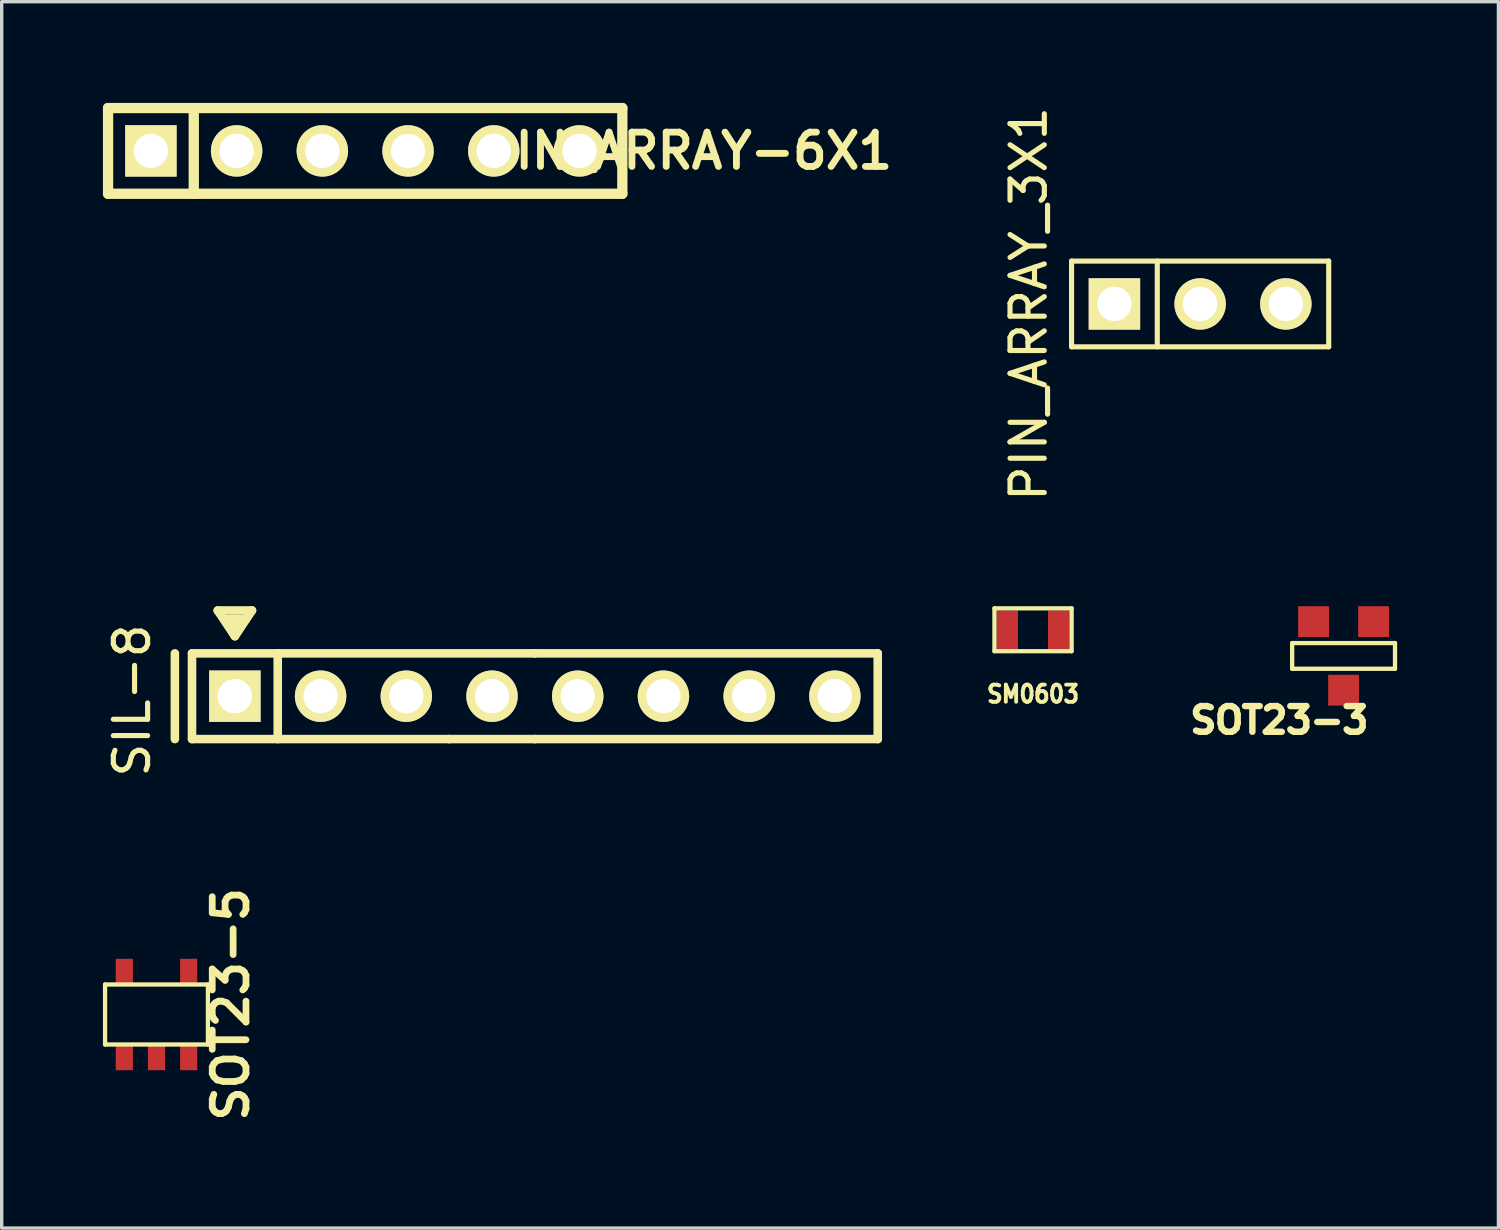
<source format=kicad_pcb>
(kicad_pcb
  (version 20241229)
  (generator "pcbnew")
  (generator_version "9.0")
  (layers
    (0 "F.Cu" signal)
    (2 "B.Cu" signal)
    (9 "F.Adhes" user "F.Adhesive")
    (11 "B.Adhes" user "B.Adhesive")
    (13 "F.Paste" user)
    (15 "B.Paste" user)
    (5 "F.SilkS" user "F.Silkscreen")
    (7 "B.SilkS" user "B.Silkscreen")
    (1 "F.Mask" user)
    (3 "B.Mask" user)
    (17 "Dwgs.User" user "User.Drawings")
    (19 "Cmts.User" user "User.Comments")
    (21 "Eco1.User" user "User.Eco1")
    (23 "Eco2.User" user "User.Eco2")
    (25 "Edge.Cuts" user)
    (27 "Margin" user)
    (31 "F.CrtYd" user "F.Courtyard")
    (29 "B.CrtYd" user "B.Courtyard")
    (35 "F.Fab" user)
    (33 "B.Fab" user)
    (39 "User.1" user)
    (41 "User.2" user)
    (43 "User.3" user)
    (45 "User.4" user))
  (footprint "PIN_ARRAY-6X1"
    (placed yes)
    (layer "F.Cu")
    (at 7.772 1.422)
    (property "Reference" "PIN_ARRAY-6X1" (at 9.525 0 0) (layer "F.SilkS") (effects (font (size 1.016 1.016) (thickness 0.203))))
    (attr through_hole)
    (fp_line (start -7.62 -1.27) (end 7.62 -1.27) (stroke (width 0.305) (type solid)) (layer "F.SilkS"))
    (fp_line (start -7.62 1.27) (end -7.62 -1.27) (stroke (width 0.305) (type solid)) (layer "F.SilkS"))
    (fp_line (start -5.08 1.27) (end -5.08 -1.27) (stroke (width 0.305) (type solid)) (layer "F.SilkS"))
    (fp_line (start 7.62 -1.27) (end 7.62 1.27) (stroke (width 0.305) (type solid)) (layer "F.SilkS"))
    (fp_line (start 7.62 1.27) (end -7.62 1.27) (stroke (width 0.305) (type solid)) (layer "F.SilkS"))
    (pad "1" thru_hole rect (at -6.35 0) (size 1.524 1.524) (drill 1.016) (layers "*.Cu" "*.Mask" "F.SilkS"))
    (pad "2" thru_hole circle (at -3.81 0) (size 1.524 1.524) (drill 1.016) (layers "*.Cu" "*.Mask" "F.SilkS"))
    (pad "3" thru_hole circle (at -1.27 0) (size 1.524 1.524) (drill 1.016) (layers "*.Cu" "*.Mask" "F.SilkS"))
    (pad "4" thru_hole circle (at 1.27 0) (size 1.524 1.524) (drill 1.016) (layers "*.Cu" "*.Mask" "F.SilkS"))
    (pad "5" thru_hole circle (at 3.81 0) (size 1.524 1.524) (drill 1.016) (layers "*.Cu" "*.Mask" "F.SilkS"))
    (pad "6" thru_hole circle (at 6.35 0) (size 1.524 1.524) (drill 1.016) (layers "*.Cu" "*.Mask" "F.SilkS")))
  (footprint "PIN_ARRAY_3X1"
    (placed yes)
    (layer "F.Cu")
    (at 32.514 5.957)
    (property "Reference" "PIN_ARRAY_3X1" (at -5.08 0 90) (layer "F.SilkS") (effects (font (size 1.016 1.016) (thickness 0.152))))
    (attr through_hole)
    (fp_line (start -3.81 -1.27) (end 3.81 -1.27) (stroke (width 0.152) (type solid)) (layer "F.SilkS"))
    (fp_line (start -3.81 1.27) (end -3.81 -1.27) (stroke (width 0.152) (type solid)) (layer "F.SilkS"))
    (fp_line (start -1.27 -1.27) (end -1.27 1.27) (stroke (width 0.152) (type solid)) (layer "F.SilkS"))
    (fp_line (start 3.81 -1.27) (end 3.81 1.27) (stroke (width 0.152) (type solid)) (layer "F.SilkS"))
    (fp_line (start 3.81 1.27) (end -3.81 1.27) (stroke (width 0.152) (type solid)) (layer "F.SilkS"))
    (pad "1" thru_hole rect (at -2.54 0) (size 1.524 1.524) (drill 1.016) (layers "*.Cu" "*.Mask" "F.SilkS"))
    (pad "2" thru_hole circle (at 0 0) (size 1.524 1.524) (drill 1.016) (layers "*.Cu" "*.Mask" "F.SilkS"))
    (pad "3" thru_hole circle (at 2.54 0) (size 1.524 1.524) (drill 1.016) (layers "*.Cu" "*.Mask" "F.SilkS")))
  (footprint "SM0603"
    (placed yes)
    (layer "F.Cu")
    (at 27.562 15.612)
    (property "Reference" "SM0603" (at 0 1.905 0) (layer "F.SilkS") (effects (font (size 0.508 0.457) (thickness 0.114))))
    (attr smd)
    (fp_line (start -1.143 -0.635) (end 1.143 -0.635) (stroke (width 0.127) (type solid)) (layer "F.SilkS"))
    (fp_line (start -1.143 0.635) (end -1.143 -0.635) (stroke (width 0.127) (type solid)) (layer "F.SilkS"))
    (fp_line (start 1.143 -0.635) (end 1.143 0.635) (stroke (width 0.127) (type solid)) (layer "F.SilkS"))
    (fp_line (start 1.143 0.635) (end -1.143 0.635) (stroke (width 0.127) (type solid)) (layer "F.SilkS"))
    (pad "1" smd rect (at -0.762 0) (size 0.635 1.143) (layers "F.Cu" "F.Mask" "F.Paste"))
    (pad "2" smd rect (at 0.762 0) (size 0.635 1.143) (layers "F.Cu" "F.Mask" "F.Paste")))
  (footprint "SOT23-5"
    (placed yes)
    (layer "F.Cu")
    (at 1.587 27.013)
    (property "Reference" "SOT23-5" (at 2.2 -0.3 90) (layer "F.SilkS") (effects (font (size 1 1) (thickness 0.2))))
    (attr smd)
    (fp_line (start -1.524 -0.889) (end 1.524 -0.889) (stroke (width 0.127) (type solid)) (layer "F.SilkS"))
    (fp_line (start -1.524 0.889) (end -1.524 -0.889) (stroke (width 0.127) (type solid)) (layer "F.SilkS"))
    (fp_line (start 1.524 -0.889) (end 1.524 0.889) (stroke (width 0.127) (type solid)) (layer "F.SilkS"))
    (fp_line (start 1.524 0.889) (end -1.524 0.889) (stroke (width 0.127) (type solid)) (layer "F.SilkS"))
    (pad "1" smd rect (at -0.953 1.27) (size 0.508 0.762) (layers "F.Cu" "F.Mask" "F.Paste"))
    (pad "2" smd rect (at 0 1.27) (size 0.508 0.762) (layers "F.Cu" "F.Mask" "F.Paste"))
    (pad "3" smd rect (at 0.953 1.27) (size 0.508 0.762) (layers "F.Cu" "F.Mask" "F.Paste"))
    (pad "4" smd rect (at 0.953 -1.27) (size 0.508 0.762) (layers "F.Cu" "F.Mask" "F.Paste"))
    (pad "5" smd rect (at -0.953 -1.27) (size 0.508 0.762) (layers "F.Cu" "F.Mask" "F.Paste")))
  (footprint "SOT23-3"
    (placed yes)
    (layer "F.Cu")
    (at 36.765 16.387)
    (property "Reference" "SOT23-3" (at -1.905 1.905 0) (layer "F.SilkS") (effects (font (size 0.762 0.762) (thickness 0.191))))
    (attr smd)
    (fp_line (start -1.524 -0.381) (end 1.524 -0.381) (stroke (width 0.127) (type solid)) (layer "F.SilkS"))
    (fp_line (start -1.524 0.381) (end -1.524 -0.381) (stroke (width 0.127) (type solid)) (layer "F.SilkS"))
    (fp_line (start 1.524 -0.381) (end 1.524 0.381) (stroke (width 0.127) (type solid)) (layer "F.SilkS"))
    (fp_line (start 1.524 0.381) (end -1.524 0.381) (stroke (width 0.127) (type solid)) (layer "F.SilkS"))
    (pad "1" smd rect (at 0.889 -1.016) (size 0.914 0.914) (layers "F.Cu" "F.Mask" "F.Paste"))
    (pad "2" smd rect (at -0.889 -1.016) (size 0.914 0.914) (layers "F.Cu" "F.Mask" "F.Paste"))
    (pad "3" smd rect (at 0 1.016) (size 0.914 0.914) (layers "F.Cu" "F.Mask" "F.Paste")))
  (footprint "SIL-8"
    (placed yes)
    (layer "F.Cu")
    (at 6.45 17.581)
    (property "Reference" "SIL-8" (at -5.588 0.127 90) (layer "F.SilkS") (effects (font (size 1.016 1.016) (thickness 0.152))))
    (attr through_hole)
    (fp_line (start -4.318 -1.27) (end -4.318 1.27) (stroke (width 0.254) (type solid)) (layer "F.SilkS"))
    (fp_line (start -3.81 1.27) (end -3.81 -1.27) (stroke (width 0.254) (type solid)) (layer "F.SilkS"))
    (fp_line (start -3.048 -2.54) (end -2.032 -2.54) (stroke (width 0.254) (type solid)) (layer "F.SilkS"))
    (fp_line (start -2.794 -2.286) (end -2.286 -2.286) (stroke (width 0.254) (type solid)) (layer "F.SilkS"))
    (fp_line (start -2.54 -2.286) (end -2.54 -2.032) (stroke (width 0.254) (type solid)) (layer "F.SilkS"))
    (fp_line (start -2.54 -1.778) (end -3.048 -2.54) (stroke (width 0.254) (type solid)) (layer "F.SilkS"))
    (fp_line (start -2.032 -2.54) (end -2.54 -1.778) (stroke (width 0.254) (type solid)) (layer "F.SilkS"))
    (fp_line (start -1.27 -1.27) (end -3.81 -1.27) (stroke (width 0.254) (type solid)) (layer "F.SilkS"))
    (fp_line (start -1.27 -1.27) (end -1.27 1.27) (stroke (width 0.254) (type solid)) (layer "F.SilkS"))
    (fp_line (start -1.27 -1.27) (end 6.35 -1.27) (stroke (width 0.254) (type solid)) (layer "F.SilkS"))
    (fp_line (start 3.81 1.27) (end -3.81 1.27) (stroke (width 0.254) (type solid)) (layer "F.SilkS"))
    (fp_line (start 6.35 -1.27) (end 16.51 -1.27) (stroke (width 0.254) (type solid)) (layer "F.SilkS"))
    (fp_line (start 6.35 1.27) (end 3.81 1.27) (stroke (width 0.254) (type solid)) (layer "F.SilkS"))
    (fp_line (start 16.51 -1.27) (end 16.51 1.27) (stroke (width 0.254) (type solid)) (layer "F.SilkS"))
    (fp_line (start 16.51 1.27) (end 6.35 1.27) (stroke (width 0.254) (type solid)) (layer "F.SilkS"))
    (pad "1" thru_hole rect (at -2.54 0) (size 1.524 1.524) (drill 1.016) (layers "*.Cu" "*.Mask" "F.SilkS"))
    (pad "2" thru_hole circle (at 0 0) (size 1.524 1.524) (drill 1.016) (layers "*.Cu" "*.Mask" "F.SilkS"))
    (pad "3" thru_hole circle (at 2.54 0) (size 1.524 1.524) (drill 1.016) (layers "*.Cu" "*.Mask" "F.SilkS"))
    (pad "4" thru_hole circle (at 5.08 0) (size 1.524 1.524) (drill 1.016) (layers "*.Cu" "*.Mask" "F.SilkS"))
    (pad "5" thru_hole circle (at 7.62 0) (size 1.524 1.524) (drill 1.016) (layers "*.Cu" "*.Mask" "F.SilkS"))
    (pad "6" thru_hole circle (at 10.16 0) (size 1.524 1.524) (drill 1.016) (layers "*.Cu" "*.Mask" "F.SilkS"))
    (pad "7" thru_hole circle (at 12.7 0) (size 1.524 1.524) (drill 1.016) (layers "*.Cu" "*.Mask" "F.SilkS"))
    (pad "8" thru_hole circle (at 15.24 0) (size 1.524 1.524) (drill 1.016) (layers "*.Cu" "*.Mask" "F.SilkS")))
  (gr_rect
    (start -3 -3)
    (end 41.353 33.342)
    (stroke (width 0.1) (type default))
    (fill no)
    (layer "Edge.Cuts")))
</source>
